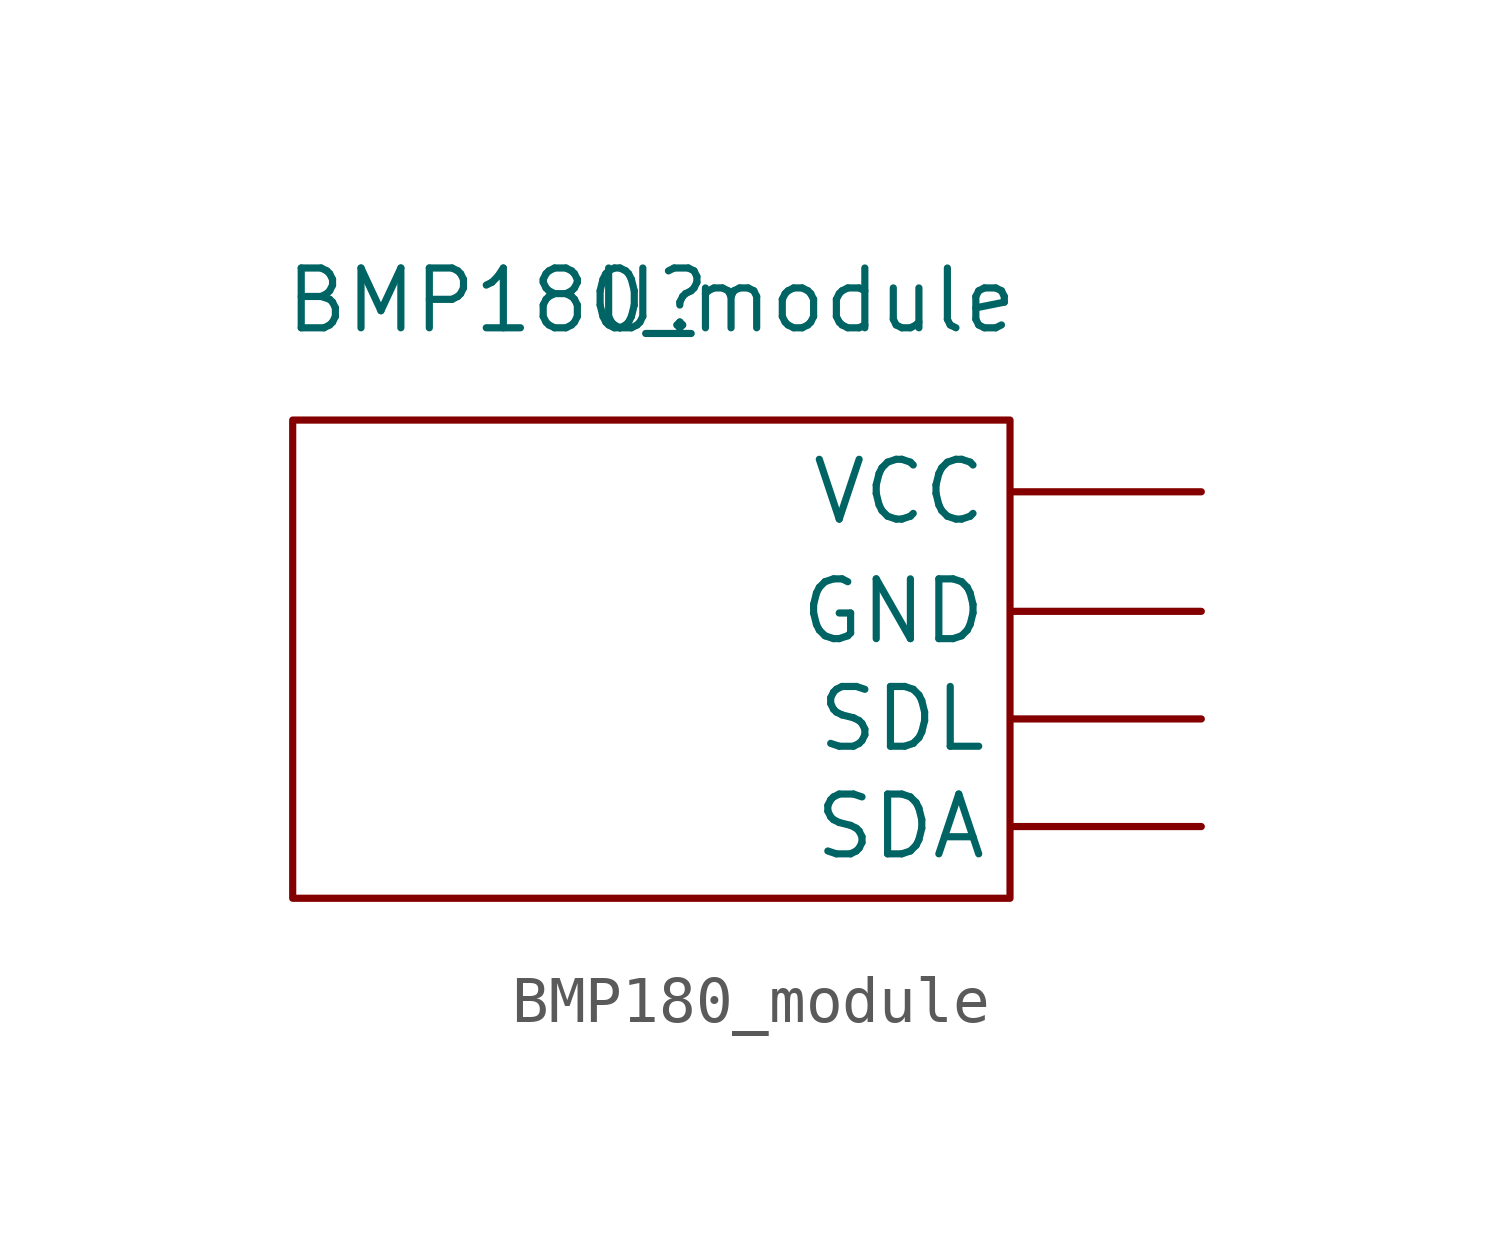
<source format=kicad_sym>
(kicad_symbol_lib
  (version 20211014)
  (generator kicad_symbol_editor)
  (symbol "BMP180_module"
    (property "Reference" "U"
      (at 0 0 0)
      (effects (font (size 1.27 1.27))))
    (property "Value" "BMP180_module"
      (at 0 0 0)
      (effects (font (size 1.27 1.27))))
    (symbol "BMP180_module_0_1"
      (rectangle (start -7.62 -2.54) (end 7.62 -12.7) (stroke (width 0) (type default) (color 0 0 0 0)) (fill (type none))))
    (symbol "BMP180_module_1_1"
      (pin input line (at 11.684 -6.604 180) (length 4) (name "GND" (effects (font (size 1.27 1.27)))) (number "" (effects (font (size 1.27 1.27)))))
      (pin output line (at 11.684 -11.176 180) (length 4) (name "SDA" (effects (font (size 1.27 1.27)))) (number "" (effects (font (size 1.27 1.27)))))
      (pin output line (at 11.684 -8.89 180) (length 4) (name "SDL" (effects (font (size 1.27 1.27)))) (number "" (effects (font (size 1.27 1.27)))))
      (pin input line (at 11.684 -4.064 180) (length 4) (name "VCC" (effects (font (size 1.27 1.27)))) (number "" (effects (font (size 1.27 1.27))))))))
</source>
